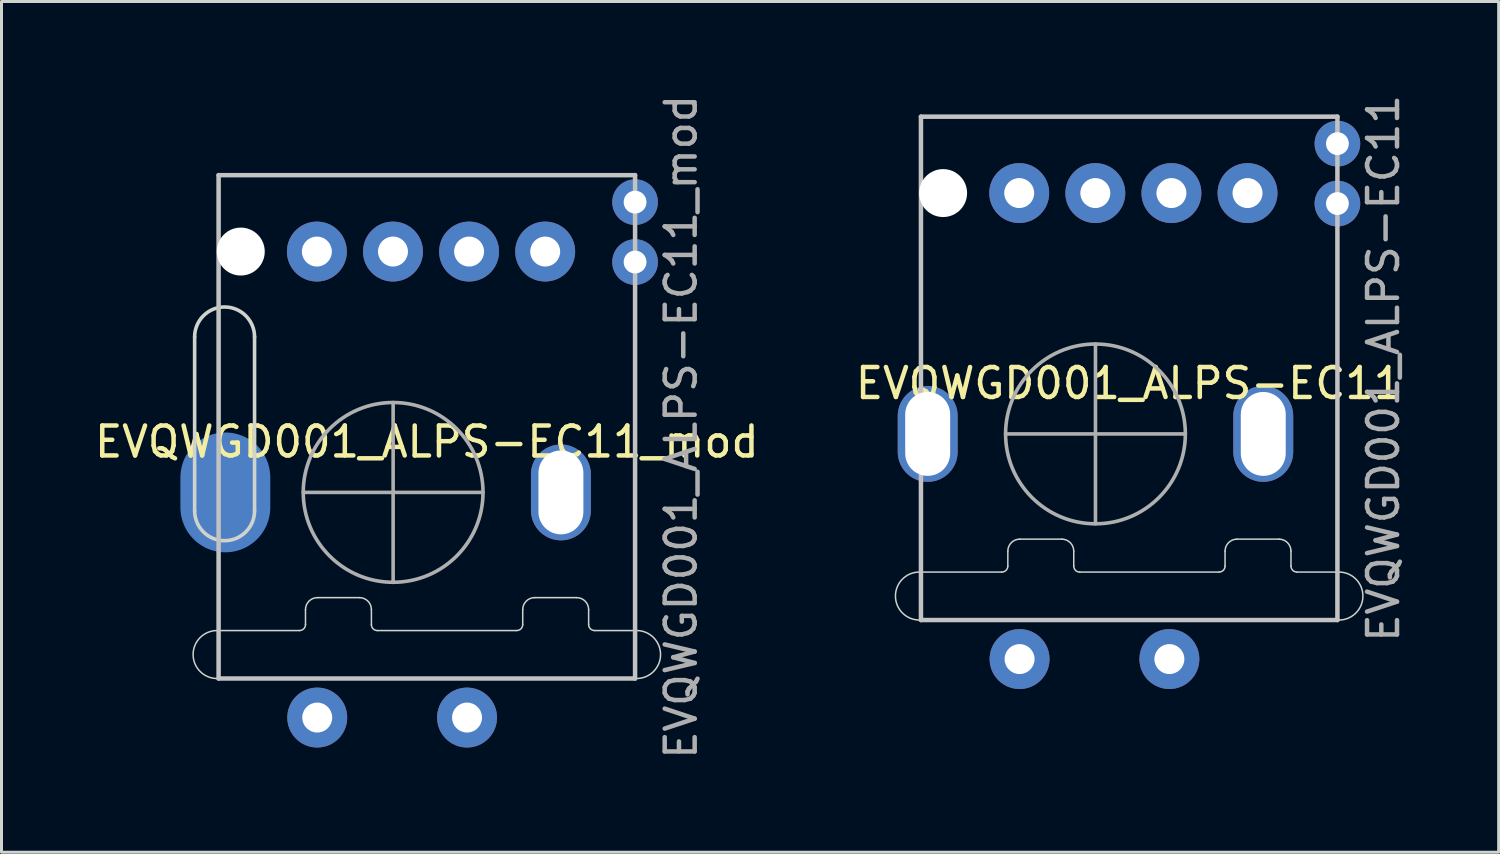
<source format=kicad_pcb>
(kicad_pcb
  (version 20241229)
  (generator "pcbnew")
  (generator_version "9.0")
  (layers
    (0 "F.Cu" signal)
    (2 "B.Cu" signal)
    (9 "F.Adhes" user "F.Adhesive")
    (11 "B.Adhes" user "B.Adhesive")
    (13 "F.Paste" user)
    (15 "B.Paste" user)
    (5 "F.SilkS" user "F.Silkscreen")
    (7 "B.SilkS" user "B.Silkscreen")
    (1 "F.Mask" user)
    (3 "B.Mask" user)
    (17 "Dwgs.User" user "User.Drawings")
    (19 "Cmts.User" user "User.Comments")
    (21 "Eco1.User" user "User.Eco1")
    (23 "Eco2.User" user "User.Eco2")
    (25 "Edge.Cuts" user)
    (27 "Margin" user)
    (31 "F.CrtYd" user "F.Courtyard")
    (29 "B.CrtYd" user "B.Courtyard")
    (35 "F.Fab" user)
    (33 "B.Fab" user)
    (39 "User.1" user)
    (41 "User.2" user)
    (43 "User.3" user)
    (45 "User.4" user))
  (footprint "EVQWGD001_ALPS-EC11"
    (layer "F.Cu")
    (at 34.637 9.244)
    (property "Reference" "EVQWGD001_ALPS-EC11" (at 0 0.5 0) (layer "F.SilkS") (effects (font (size 1 1) (thickness 0.15))))
    (attr through_hole)
    (fp_line (start -6.95 -8.4) (end -6.95 8.4) (stroke (width 0.15) (type solid)) (layer "Dwgs.User"))
    (fp_line (start -6.95 -8.4) (end 6.95 -8.4) (stroke (width 0.15) (type solid)) (layer "Dwgs.User"))
    (fp_line (start -6.95 8.4) (end 6.95 8.4) (stroke (width 0.15) (type solid)) (layer "Dwgs.User"))
    (fp_line (start 6.95 -8.4) (end 6.95 8.4) (stroke (width 0.15) (type solid)) (layer "Dwgs.User"))
    (fp_line (start -7 6.799) (end -4.25 6.799) (stroke (width 0.05) (type solid)) (layer "Edge.Cuts"))
    (fp_line (start -7 8.4) (end 7 8.4) (stroke (width 0.05) (type solid)) (layer "Edge.Cuts"))
    (fp_line (start -4.05 6.599) (end -4.05 6.1) (stroke (width 0.05) (type solid)) (layer "Edge.Cuts"))
    (fp_line (start -2.25 5.7) (end -3.65 5.7) (stroke (width 0.05) (type solid)) (layer "Edge.Cuts"))
    (fp_line (start -1.85 6.6) (end -1.85 6.1) (stroke (width 0.05) (type solid)) (layer "Edge.Cuts"))
    (fp_line (start -1.65 6.799) (end 3 6.799) (stroke (width 0.05) (type solid)) (layer "Edge.Cuts"))
    (fp_line (start 3.2 6.599) (end 3.2 6.1) (stroke (width 0.05) (type solid)) (layer "Edge.Cuts"))
    (fp_line (start 5 5.7) (end 3.6 5.7) (stroke (width 0.05) (type solid)) (layer "Edge.Cuts"))
    (fp_line (start 5.4 6.599) (end 5.4 6.1) (stroke (width 0.05) (type solid)) (layer "Edge.Cuts"))
    (fp_line (start 5.6 6.799) (end 7 6.799) (stroke (width 0.05) (type solid)) (layer "Edge.Cuts"))
    (fp_arc (start -7 8.4) (mid -7.800711 7.599289) (end -7 6.798579) (stroke (width 0.05) (type solid)) (layer "Edge.Cuts"))
    (fp_arc (start -4.05 6.1) (mid -3.932843 5.817157) (end -3.65 5.7) (stroke (width 0.05) (type solid)) (layer "Edge.Cuts"))
    (fp_arc (start -4.05 6.598579) (mid -4.108579 6.74) (end -4.25 6.798579) (stroke (width 0.05) (type solid)) (layer "Edge.Cuts"))
    (fp_arc (start -2.25 5.7) (mid -1.967157 5.817157) (end -1.85 6.1) (stroke (width 0.05) (type solid)) (layer "Edge.Cuts"))
    (fp_arc (start -1.65 6.8) (mid -1.791421 6.741421) (end -1.85 6.6) (stroke (width 0.05) (type solid)) (layer "Edge.Cuts"))
    (fp_arc (start 3.2 6.1) (mid 3.317158 5.817157) (end 3.6 5.7) (stroke (width 0.05) (type solid)) (layer "Edge.Cuts"))
    (fp_arc (start 3.2 6.598579) (mid 3.141421 6.74) (end 3 6.798579) (stroke (width 0.05) (type solid)) (layer "Edge.Cuts"))
    (fp_arc (start 5 5.7) (mid 5.282843 5.817157) (end 5.4 6.1) (stroke (width 0.05) (type solid)) (layer "Edge.Cuts"))
    (fp_arc (start 5.6 6.798579) (mid 5.458579 6.74) (end 5.4 6.598579) (stroke (width 0.05) (type solid)) (layer "Edge.Cuts"))
    (fp_arc (start 7 6.798579) (mid 7.80071 7.599289) (end 7 8.4) (stroke (width 0.05) (type solid)) (layer "Edge.Cuts"))
    (fp_line (start -1.125 -0.812) (end -1.125 5.188) (stroke (width 0.12) (type solid)) (layer "F.Fab"))
    (fp_line (start 1.875 2.188) (end -4.125 2.188) (stroke (width 0.12) (type solid)) (layer "F.Fab"))
    (fp_circle (center -1.125 2.188) (end -1.125 5.188) (stroke (width 0.12) (type solid)) (fill no) (layer "F.Fab"))
    (fp_text user "${REFERENCE}" (at 8.484 0 270) (layer "F.Fab") (effects (font (size 1 1) (thickness 0.15))))
    (pad "" np_thru_hole oval (at -6.725 2.188 270) (size 3.2 2) (drill oval 2.8 1.5) (layers "*.Cu" "*.Mask"))
    (pad "" np_thru_hole circle (at -6.21 -5.85) (size 1.6 1.6) (drill 1.6) (layers "*.Cu"))
    (pad "" np_thru_hole oval (at 4.475 2.188 270) (size 3.2 2) (drill oval 2.8 1.5) (layers "*.Cu" "*.Mask"))
    (pad "A" thru_hole circle (at -3.67 -5.85) (size 2 2) (drill 1) (layers "*.Cu" "B.Mask"))
    (pad "A" thru_hole circle (at 3.95 -5.85) (size 2 2) (drill 1) (layers "*.Cu" "B.Mask"))
    (pad "B" thru_hole circle (at 1.41 -5.85) (size 2 2) (drill 1) (layers "*.Cu" "B.Mask"))
    (pad "C" thru_hole circle (at -1.13 -5.85) (size 2 2) (drill 1) (layers "*.Cu" "B.Mask"))
    (pad "S1" thru_hole circle (at -3.658 9.703 270) (size 2 2) (drill 1) (layers "*.Cu" "*.Mask"))
    (pad "S1" thru_hole circle (at 6.95 -7.5) (size 1.524 1.524) (drill 0.762) (layers "*.Cu" "B.Mask"))
    (pad "S2" thru_hole circle (at 1.342 9.703 270) (size 2 2) (drill 1) (layers "*.Cu" "*.Mask"))
    (pad "S2" thru_hole oval (at 6.95 -5.5) (size 1.524 1.524) (drill 0.762) (layers "*.Cu" "B.Mask")))
  (footprint "EVQWGD001_ALPS-EC11_mod"
    (layer "F.Cu")
    (at 11.196 11.196)
    (property "Reference" "EVQWGD001_ALPS-EC11_mod" (at 0 0.5 0) (layer "F.SilkS") (effects (font (size 1 1) (thickness 0.15))))
    (attr through_hole)
    (fp_line (start -6.95 -8.4) (end -6.95 8.4) (stroke (width 0.15) (type solid)) (layer "Dwgs.User"))
    (fp_line (start -6.95 -8.4) (end 6.95 -8.4) (stroke (width 0.15) (type solid)) (layer "Dwgs.User"))
    (fp_line (start -6.95 8.4) (end 6.95 8.4) (stroke (width 0.15) (type solid)) (layer "Dwgs.User"))
    (fp_line (start 6.95 -8.4) (end 6.95 8.4) (stroke (width 0.15) (type solid)) (layer "Dwgs.User"))
    (fp_line (start -7.75 -3) (end -7.75 2.8) (stroke (width 0.12) (type solid)) (layer "Edge.Cuts"))
    (fp_line (start -7 6.799) (end -4.25 6.799) (stroke (width 0.05) (type solid)) (layer "Edge.Cuts"))
    (fp_line (start -7 8.4) (end 7 8.4) (stroke (width 0.05) (type solid)) (layer "Edge.Cuts"))
    (fp_line (start -5.75 2.8) (end -5.75 -3) (stroke (width 0.12) (type solid)) (layer "Edge.Cuts"))
    (fp_line (start -4.05 6.599) (end -4.05 6.1) (stroke (width 0.05) (type solid)) (layer "Edge.Cuts"))
    (fp_line (start -2.25 5.7) (end -3.65 5.7) (stroke (width 0.05) (type solid)) (layer "Edge.Cuts"))
    (fp_line (start -1.85 6.6) (end -1.85 6.1) (stroke (width 0.05) (type solid)) (layer "Edge.Cuts"))
    (fp_line (start -1.65 6.799) (end 3 6.799) (stroke (width 0.05) (type solid)) (layer "Edge.Cuts"))
    (fp_line (start 3.2 6.599) (end 3.2 6.1) (stroke (width 0.05) (type solid)) (layer "Edge.Cuts"))
    (fp_line (start 5 5.7) (end 3.6 5.7) (stroke (width 0.05) (type solid)) (layer "Edge.Cuts"))
    (fp_line (start 5.4 6.599) (end 5.4 6.1) (stroke (width 0.05) (type solid)) (layer "Edge.Cuts"))
    (fp_line (start 5.6 6.799) (end 7 6.799) (stroke (width 0.05) (type solid)) (layer "Edge.Cuts"))
    (fp_arc (start -7.75 -3) (mid -6.75 -4) (end -5.75 -3) (stroke (width 0.12) (type solid)) (layer "Edge.Cuts"))
    (fp_arc (start -7 8.4) (mid -7.800711 7.599289) (end -7 6.798579) (stroke (width 0.05) (type solid)) (layer "Edge.Cuts"))
    (fp_arc (start -5.75 2.8) (mid -6.75 3.8) (end -7.75 2.8) (stroke (width 0.12) (type solid)) (layer "Edge.Cuts"))
    (fp_arc (start -4.05 6.1) (mid -3.932843 5.817157) (end -3.65 5.7) (stroke (width 0.05) (type solid)) (layer "Edge.Cuts"))
    (fp_arc (start -4.05 6.598579) (mid -4.108579 6.74) (end -4.25 6.798579) (stroke (width 0.05) (type solid)) (layer "Edge.Cuts"))
    (fp_arc (start -2.25 5.7) (mid -1.967157 5.817157) (end -1.85 6.1) (stroke (width 0.05) (type solid)) (layer "Edge.Cuts"))
    (fp_arc (start -1.65 6.8) (mid -1.791421 6.741421) (end -1.85 6.6) (stroke (width 0.05) (type solid)) (layer "Edge.Cuts"))
    (fp_arc (start 3.2 6.1) (mid 3.317158 5.817157) (end 3.6 5.7) (stroke (width 0.05) (type solid)) (layer "Edge.Cuts"))
    (fp_arc (start 3.2 6.598579) (mid 3.141421 6.74) (end 3 6.798579) (stroke (width 0.05) (type solid)) (layer "Edge.Cuts"))
    (fp_arc (start 5 5.7) (mid 5.282843 5.817157) (end 5.4 6.1) (stroke (width 0.05) (type solid)) (layer "Edge.Cuts"))
    (fp_arc (start 5.6 6.798579) (mid 5.458579 6.74) (end 5.4 6.598579) (stroke (width 0.05) (type solid)) (layer "Edge.Cuts"))
    (fp_arc (start 7 6.798579) (mid 7.80071 7.599289) (end 7 8.4) (stroke (width 0.05) (type solid)) (layer "Edge.Cuts"))
    (fp_line (start -1.125 -0.812) (end -1.125 5.188) (stroke (width 0.12) (type solid)) (layer "F.Fab"))
    (fp_line (start 1.875 2.188) (end -4.125 2.188) (stroke (width 0.12) (type solid)) (layer "F.Fab"))
    (fp_circle (center -1.125 2.188) (end -1.125 5.188) (stroke (width 0.12) (type solid)) (fill no) (layer "F.Fab"))
    (fp_text user "${REFERENCE}" (at 8.484 0 270) (layer "F.Fab") (effects (font (size 1 1) (thickness 0.15))))
    (pad "" smd oval (at -6.725 2.188 270) (size 4 3) (layers "F.Mask" "B.Cu" "F.Paste"))
    (pad "" np_thru_hole circle (at -6.21 -5.85) (size 1.6 1.6) (drill 1.6) (layers "*.Cu"))
    (pad "" np_thru_hole oval (at 4.475 2.188 270) (size 3.2 2) (drill oval 2.8 1.5) (layers "*.Cu" "*.Mask"))
    (pad "A" thru_hole circle (at -3.67 -5.85) (size 2 2) (drill 1) (layers "*.Cu" "B.Mask"))
    (pad "A" thru_hole circle (at 3.95 -5.85) (size 2 2) (drill 1) (layers "*.Cu" "B.Mask"))
    (pad "B" thru_hole circle (at 1.41 -5.85) (size 2 2) (drill 1) (layers "*.Cu" "B.Mask"))
    (pad "C" thru_hole circle (at -1.13 -5.85) (size 2 2) (drill 1) (layers "*.Cu" "B.Mask"))
    (pad "S1" thru_hole circle (at -3.658 9.703 270) (size 2 2) (drill 1) (layers "*.Cu" "*.Mask"))
    (pad "S1" thru_hole circle (at 6.95 -7.5) (size 1.524 1.524) (drill 0.762) (layers "*.Cu" "B.Mask"))
    (pad "S2" thru_hole circle (at 1.342 9.703 270) (size 2 2) (drill 1) (layers "*.Cu" "*.Mask"))
    (pad "S2" thru_hole oval (at 6.95 -5.5) (size 1.524 1.524) (drill 0.762) (layers "*.Cu" "B.Mask")))
  (gr_rect
    (start -3 -3)
    (end 46.969 25.393)
    (stroke (width 0.1) (type default))
    (fill no)
    (layer "Edge.Cuts")))
</source>
